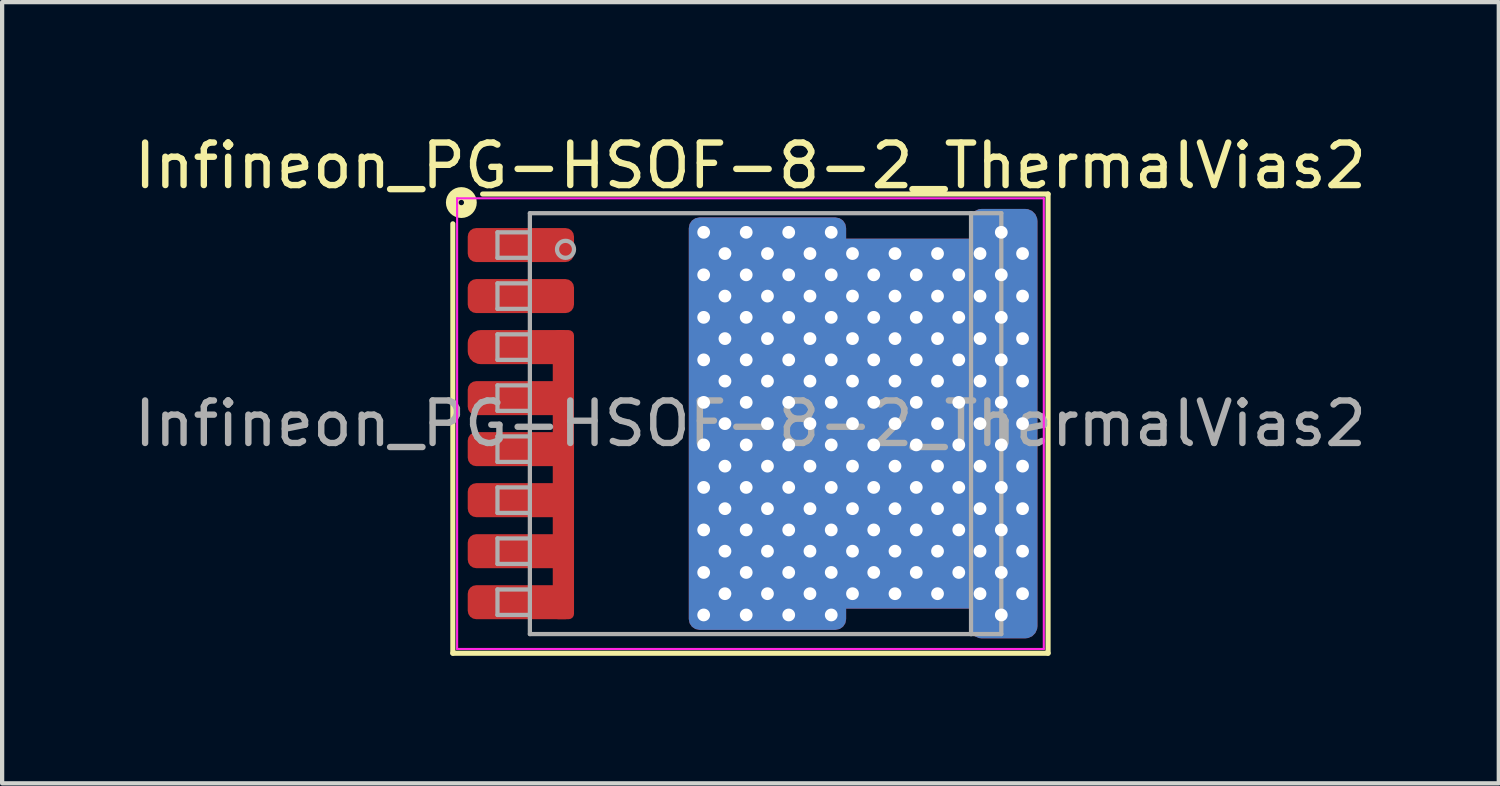
<source format=kicad_pcb>
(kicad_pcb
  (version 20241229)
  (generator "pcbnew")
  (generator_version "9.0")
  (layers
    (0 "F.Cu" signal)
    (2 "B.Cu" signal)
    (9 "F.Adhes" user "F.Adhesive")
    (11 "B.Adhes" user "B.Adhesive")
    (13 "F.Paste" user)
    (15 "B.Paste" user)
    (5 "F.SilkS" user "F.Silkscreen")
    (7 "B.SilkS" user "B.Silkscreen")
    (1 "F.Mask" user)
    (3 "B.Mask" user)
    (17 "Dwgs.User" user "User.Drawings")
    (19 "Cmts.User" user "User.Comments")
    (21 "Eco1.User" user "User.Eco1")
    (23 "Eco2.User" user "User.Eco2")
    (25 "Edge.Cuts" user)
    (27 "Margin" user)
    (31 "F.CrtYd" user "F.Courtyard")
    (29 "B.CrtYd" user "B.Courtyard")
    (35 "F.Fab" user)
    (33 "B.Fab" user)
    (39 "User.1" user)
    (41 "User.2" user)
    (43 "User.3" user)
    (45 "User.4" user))
  (footprint "Infineon_PG-HSOF-8-2_ThermalVias2"
    (layer "F.Cu")
    (at 14.601 6.914)
    (property "Reference" "Infineon_PG-HSOF-8-2_ThermalVias2" (at 0 -6.066 0) (layer "F.SilkS") (effects (font (size 1 1) (thickness 0.15))))
    (attr smd)
    (fp_line (start -7 -4.7) (end -7 5.4) (stroke (width 0.12) (type solid)) (layer "F.SilkS"))
    (fp_line (start -7 5.4) (end 7 5.4) (stroke (width 0.12) (type solid)) (layer "F.SilkS"))
    (fp_line (start 7 -5.4) (end -6.3 -5.4) (stroke (width 0.12) (type solid)) (layer "F.SilkS"))
    (fp_line (start 7 5.4) (end 7 -5.4) (stroke (width 0.12) (type solid)) (layer "F.SilkS"))
    (fp_circle (center -6.8 -5.2) (end -6.737 -5.2) (stroke (width 0.3) (type solid)) (fill no) (layer "F.SilkS"))
    (fp_line (start -6.9 5.3) (end -6.9 -5.3) (stroke (width 0.05) (type solid)) (layer "F.CrtYd"))
    (fp_line (start -6.9 5.3) (end 6.9 5.3) (stroke (width 0.05) (type solid)) (layer "F.CrtYd"))
    (fp_line (start 6.9 -5.3) (end -6.9 -5.3) (stroke (width 0.05) (type solid)) (layer "F.CrtYd"))
    (fp_line (start 6.9 -5.3) (end 6.9 5.3) (stroke (width 0.05) (type solid)) (layer "F.CrtYd"))
    (fp_line (start -5.95 -4.5) (end -5.95 -3.9) (stroke (width 0.1) (type solid)) (layer "F.Fab"))
    (fp_line (start -5.95 -4.5) (end -5.2 -4.5) (stroke (width 0.1) (type solid)) (layer "F.Fab"))
    (fp_line (start -5.95 -3.9) (end -5.2 -3.9) (stroke (width 0.1) (type solid)) (layer "F.Fab"))
    (fp_line (start -5.95 -3.3) (end -5.95 -2.7) (stroke (width 0.1) (type solid)) (layer "F.Fab"))
    (fp_line (start -5.95 -3.3) (end -5.2 -3.3) (stroke (width 0.1) (type solid)) (layer "F.Fab"))
    (fp_line (start -5.95 -2.7) (end -5.2 -2.7) (stroke (width 0.1) (type solid)) (layer "F.Fab"))
    (fp_line (start -5.95 -2.1) (end -5.95 -1.5) (stroke (width 0.1) (type solid)) (layer "F.Fab"))
    (fp_line (start -5.95 -2.1) (end -5.2 -2.1) (stroke (width 0.1) (type solid)) (layer "F.Fab"))
    (fp_line (start -5.95 -1.5) (end -5.2 -1.5) (stroke (width 0.1) (type solid)) (layer "F.Fab"))
    (fp_line (start -5.95 -0.9) (end -5.95 -0.3) (stroke (width 0.1) (type solid)) (layer "F.Fab"))
    (fp_line (start -5.95 -0.9) (end -5.2 -0.9) (stroke (width 0.1) (type solid)) (layer "F.Fab"))
    (fp_line (start -5.95 -0.3) (end -5.2 -0.3) (stroke (width 0.1) (type solid)) (layer "F.Fab"))
    (fp_line (start -5.95 0.3) (end -5.95 0.9) (stroke (width 0.1) (type solid)) (layer "F.Fab"))
    (fp_line (start -5.95 0.3) (end -5.2 0.3) (stroke (width 0.1) (type solid)) (layer "F.Fab"))
    (fp_line (start -5.95 0.9) (end -5.2 0.9) (stroke (width 0.1) (type solid)) (layer "F.Fab"))
    (fp_line (start -5.95 1.5) (end -5.95 2.1) (stroke (width 0.1) (type solid)) (layer "F.Fab"))
    (fp_line (start -5.95 1.5) (end -5.2 1.5) (stroke (width 0.1) (type solid)) (layer "F.Fab"))
    (fp_line (start -5.95 2.1) (end -5.2 2.1) (stroke (width 0.1) (type solid)) (layer "F.Fab"))
    (fp_line (start -5.95 2.7) (end -5.95 3.3) (stroke (width 0.1) (type solid)) (layer "F.Fab"))
    (fp_line (start -5.95 2.7) (end -5.2 2.7) (stroke (width 0.1) (type solid)) (layer "F.Fab"))
    (fp_line (start -5.95 3.3) (end -5.2 3.3) (stroke (width 0.1) (type solid)) (layer "F.Fab"))
    (fp_line (start -5.95 3.9) (end -5.95 4.5) (stroke (width 0.1) (type solid)) (layer "F.Fab"))
    (fp_line (start -5.95 3.9) (end -5.2 3.9) (stroke (width 0.1) (type solid)) (layer "F.Fab"))
    (fp_line (start -5.95 4.5) (end -5.2 4.5) (stroke (width 0.1) (type solid)) (layer "F.Fab"))
    (fp_line (start -5.188 -4.95) (end 5.188 -4.95) (stroke (width 0.1) (type solid)) (layer "F.Fab"))
    (fp_line (start -5.188 4.95) (end -5.188 -4.95) (stroke (width 0.1) (type solid)) (layer "F.Fab"))
    (fp_line (start 5.188 -4.95) (end 5.188 4.95) (stroke (width 0.1) (type solid)) (layer "F.Fab"))
    (fp_line (start 5.188 -4.95) (end 5.9 -4.95) (stroke (width 0.1) (type solid)) (layer "F.Fab"))
    (fp_line (start 5.188 4.95) (end -5.188 4.95) (stroke (width 0.1) (type solid)) (layer "F.Fab"))
    (fp_line (start 5.9 -4.95) (end 5.9 4.95) (stroke (width 0.1) (type solid)) (layer "F.Fab"))
    (fp_line (start 5.9 4.95) (end 5.188 4.95) (stroke (width 0.1) (type solid)) (layer "F.Fab"))
    (fp_circle (center -4.35 -4.1) (end -4.15 -4.1) (stroke (width 0.1) (type solid)) (fill no) (layer "F.Fab"))
    (fp_text user "${REFERENCE}" (at 0 0 0) (layer "F.Fab") (effects (font (size 1 1) (thickness 0.15))))
    (pad "" smd roundrect (at -0.5 -3.8 90) (size 1.9 1.5) (layers "F.Paste") (roundrect_rratio 0.25))
    (pad "" smd roundrect (at -0.5 -1.8 90) (size 1.5 1.5) (layers "F.Paste") (roundrect_rratio 0.25))
    (pad "" smd roundrect (at -0.5 0 90) (size 1.5 1.5) (layers "F.Paste") (roundrect_rratio 0.25))
    (pad "" smd roundrect (at -0.5 1.8 90) (size 1.5 1.5) (layers "F.Paste") (roundrect_rratio 0.25))
    (pad "" smd roundrect (at -0.5 3.8 90) (size 1.9 1.5) (layers "F.Paste") (roundrect_rratio 0.25))
    (pad "" smd circle (at 1.05 1.8) (size 1 1) (layers "F.Paste"))
    (pad "" smd roundrect (at 1.3 -3.8 90) (size 1.9 1.5) (layers "F.Paste") (roundrect_rratio 0.25))
    (pad "" smd roundrect (at 1.3 -1.8 90) (size 1.5 1.5) (layers "F.Paste") (roundrect_rratio 0.25))
    (pad "" smd roundrect (at 1.3 0 90) (size 1.5 1.5) (layers "F.Paste") (roundrect_rratio 0.25))
    (pad "" smd roundrect (at 1.3 1.8 90) (size 1.5 1.5) (layers "F.Paste") (roundrect_rratio 0.25))
    (pad "" smd roundrect (at 1.3 3.8 90) (size 1.9 1.5) (layers "F.Paste") (roundrect_rratio 0.25))
    (pad "" smd roundrect (at 3.3 -3.5 90) (size 1.3 1.9) (layers "F.Paste") (roundrect_rratio 0.25))
    (pad "" smd roundrect (at 3.3 -1.8 90) (size 1.5 1.9) (layers "F.Paste") (roundrect_rratio 0.25))
    (pad "" smd roundrect (at 3.3 0 90) (size 1.5 1.9) (layers "F.Paste") (roundrect_rratio 0.25))
    (pad "" smd roundrect (at 3.3 1.8 90) (size 1.5 1.9) (layers "F.Paste") (roundrect_rratio 0.25))
    (pad "" smd roundrect (at 3.3 3.5 90) (size 1.3 1.9) (layers "F.Paste") (roundrect_rratio 0.25))
    (pad "" smd roundrect (at 5.5 -3.5 90) (size 1.3 1.9) (layers "F.Paste") (roundrect_rratio 0.25))
    (pad "" smd roundrect (at 5.5 -1.8 90) (size 1.5 1.9) (layers "F.Paste") (roundrect_rratio 0.25))
    (pad "" smd roundrect (at 5.5 0 90) (size 1.5 1.9) (layers "F.Paste") (roundrect_rratio 0.25))
    (pad "" smd roundrect (at 5.5 1.8 90) (size 1.5 1.9) (layers "F.Paste") (roundrect_rratio 0.25))
    (pad "" smd roundrect (at 5.5 3.5 90) (size 1.3 1.9) (layers "F.Paste") (roundrect_rratio 0.25))
    (pad "" smd roundrect (at 5.95 -4.6 90) (size 0.5 1.1) (layers "F.Paste") (roundrect_rratio 0.25))
    (pad "" smd roundrect (at 5.95 4.6 90) (size 0.5 1.1) (layers "F.Paste") (roundrect_rratio 0.25))
    (pad "1" smd roundrect (at -5.4 -4.2) (size 2.5 0.8) (layers "F.Cu" "F.Mask" "F.Paste") (roundrect_rratio 0.25))
    (pad "2" smd roundrect (at -5.4 -3) (size 2.5 0.8) (layers "F.Cu" "F.Mask" "F.Paste") (roundrect_rratio 0.25))
    (pad "3" smd roundrect (at -5.4 -1.8) (size 2.5 0.8) (layers "F.Cu" "F.Mask" "F.Paste") (roundrect_rratio 0.375))
    (pad "3" smd roundrect (at -5.4 -0.6) (size 2.5 0.8) (layers "F.Cu" "F.Mask" "F.Paste") (roundrect_rratio 0.25))
    (pad "3" smd roundrect (at -5.4 0.6) (size 2.5 0.8) (layers "F.Cu" "F.Mask" "F.Paste") (roundrect_rratio 0.25))
    (pad "3" smd roundrect (at -5.4 1.8) (size 2.5 0.8) (layers "F.Cu" "F.Mask" "F.Paste") (roundrect_rratio 0.25))
    (pad "3" smd roundrect (at -5.4 3) (size 2.5 0.8) (layers "F.Cu" "F.Mask" "F.Paste") (roundrect_rratio 0.25))
    (pad "3" smd roundrect (at -5.4 4.2) (size 2.5 0.8) (layers "F.Cu" "F.Mask" "F.Paste") (roundrect_rratio 0.25))
    (pad "3" smd roundrect (at -4.4 1.2 90) (size 6.8 0.5) (layers "F.Cu" "F.Mask") (roundrect_rratio 0.25))
    (pad "4" thru_hole circle (at -1.1 -4.5) (size 0.6 0.6) (drill 0.3) (property pad_prop_heatsink) (layers "*.Cu"))
    (pad "4" thru_hole circle (at -1.1 -3.5) (size 0.6 0.6) (drill 0.3) (property pad_prop_heatsink) (layers "*.Cu"))
    (pad "4" thru_hole circle (at -1.1 -2.5) (size 0.6 0.6) (drill 0.3) (property pad_prop_heatsink) (layers "*.Cu"))
    (pad "4" thru_hole circle (at -1.1 -1.5) (size 0.6 0.6) (drill 0.3) (property pad_prop_heatsink) (layers "*.Cu"))
    (pad "4" thru_hole circle (at -1.1 -0.5) (size 0.6 0.6) (drill 0.3) (property pad_prop_heatsink) (layers "*.Cu"))
    (pad "4" thru_hole circle (at -1.1 0.5) (size 0.6 0.6) (drill 0.3) (property pad_prop_heatsink) (layers "*.Cu"))
    (pad "4" thru_hole circle (at -1.1 1.5) (size 0.6 0.6) (drill 0.3) (property pad_prop_heatsink) (layers "*.Cu"))
    (pad "4" thru_hole circle (at -1.1 2.5) (size 0.6 0.6) (drill 0.3) (property pad_prop_heatsink) (layers "*.Cu"))
    (pad "4" thru_hole circle (at -1.1 3.5) (size 0.6 0.6) (drill 0.3) (property pad_prop_heatsink) (layers "*.Cu"))
    (pad "4" thru_hole circle (at -1.1 4.5) (size 0.6 0.6) (drill 0.3) (property pad_prop_heatsink) (layers "*.Cu"))
    (pad "4" thru_hole circle (at -0.6 -4) (size 0.6 0.6) (drill 0.3) (property pad_prop_heatsink) (layers "*.Cu"))
    (pad "4" thru_hole circle (at -0.6 -3) (size 0.6 0.6) (drill 0.3) (property pad_prop_heatsink) (layers "*.Cu"))
    (pad "4" thru_hole circle (at -0.6 -2) (size 0.6 0.6) (drill 0.3) (property pad_prop_heatsink) (layers "*.Cu"))
    (pad "4" thru_hole circle (at -0.6 -1) (size 0.6 0.6) (drill 0.3) (property pad_prop_heatsink) (layers "*.Cu"))
    (pad "4" thru_hole circle (at -0.6 0) (size 0.6 0.6) (drill 0.3) (property pad_prop_heatsink) (layers "*.Cu"))
    (pad "4" thru_hole circle (at -0.6 1) (size 0.6 0.6) (drill 0.3) (property pad_prop_heatsink) (layers "*.Cu"))
    (pad "4" thru_hole circle (at -0.6 2) (size 0.6 0.6) (drill 0.3) (property pad_prop_heatsink) (layers "*.Cu"))
    (pad "4" thru_hole circle (at -0.6 3) (size 0.6 0.6) (drill 0.3) (property pad_prop_heatsink) (layers "*.Cu"))
    (pad "4" thru_hole circle (at -0.6 4) (size 0.6 0.6) (drill 0.3) (property pad_prop_heatsink) (layers "*.Cu"))
    (pad "4" thru_hole circle (at -0.1 -4.5) (size 0.6 0.6) (drill 0.3) (property pad_prop_heatsink) (layers "*.Cu"))
    (pad "4" thru_hole circle (at -0.1 -3.5) (size 0.6 0.6) (drill 0.3) (property pad_prop_heatsink) (layers "*.Cu"))
    (pad "4" thru_hole circle (at -0.1 -2.5) (size 0.6 0.6) (drill 0.3) (property pad_prop_heatsink) (layers "*.Cu"))
    (pad "4" thru_hole circle (at -0.1 -1.5) (size 0.6 0.6) (drill 0.3) (property pad_prop_heatsink) (layers "*.Cu"))
    (pad "4" thru_hole circle (at -0.1 -0.5) (size 0.6 0.6) (drill 0.3) (property pad_prop_heatsink) (layers "*.Cu"))
    (pad "4" thru_hole circle (at -0.1 0.5) (size 0.6 0.6) (drill 0.3) (property pad_prop_heatsink) (layers "*.Cu"))
    (pad "4" thru_hole circle (at -0.1 1.5) (size 0.6 0.6) (drill 0.3) (property pad_prop_heatsink) (layers "*.Cu"))
    (pad "4" thru_hole circle (at -0.1 2.5) (size 0.6 0.6) (drill 0.3) (property pad_prop_heatsink) (layers "*.Cu"))
    (pad "4" thru_hole circle (at -0.1 3.5) (size 0.6 0.6) (drill 0.3) (property pad_prop_heatsink) (layers "*.Cu"))
    (pad "4" thru_hole circle (at -0.1 4.5) (size 0.6 0.6) (drill 0.3) (property pad_prop_heatsink) (layers "*.Cu"))
    (pad "4" thru_hole circle (at 0.4 -4) (size 0.6 0.6) (drill 0.3) (property pad_prop_heatsink) (layers "*.Cu"))
    (pad "4" thru_hole circle (at 0.4 -3) (size 0.6 0.6) (drill 0.3) (property pad_prop_heatsink) (layers "*.Cu"))
    (pad "4" thru_hole circle (at 0.4 -2) (size 0.6 0.6) (drill 0.3) (property pad_prop_heatsink) (layers "*.Cu"))
    (pad "4" thru_hole circle (at 0.4 -1) (size 0.6 0.6) (drill 0.3) (property pad_prop_heatsink) (layers "*.Cu"))
    (pad "4" thru_hole circle (at 0.4 0) (size 0.6 0.6) (drill 0.3) (property pad_prop_heatsink) (layers "*.Cu"))
    (pad "4" smd roundrect (at 0.4 0 90) (size 9.7 3.7) (layers "F.Cu" "F.Mask") (roundrect_rratio 0.068))
    (pad "4" smd roundrect (at 0.4 0 270) (size 9.7 3.7) (layers "B.Cu" "B.Mask") (roundrect_rratio 0.068))
    (pad "4" thru_hole circle (at 0.4 1) (size 0.6 0.6) (drill 0.3) (property pad_prop_heatsink) (layers "*.Cu"))
    (pad "4" thru_hole circle (at 0.4 2) (size 0.6 0.6) (drill 0.3) (property pad_prop_heatsink) (layers "*.Cu"))
    (pad "4" thru_hole circle (at 0.4 3) (size 0.6 0.6) (drill 0.3) (property pad_prop_heatsink) (layers "*.Cu"))
    (pad "4" thru_hole circle (at 0.4 4) (size 0.6 0.6) (drill 0.3) (property pad_prop_heatsink) (layers "*.Cu"))
    (pad "4" thru_hole circle (at 0.9 -4.5) (size 0.6 0.6) (drill 0.3) (property pad_prop_heatsink) (layers "*.Cu"))
    (pad "4" thru_hole circle (at 0.9 -3.5) (size 0.6 0.6) (drill 0.3) (property pad_prop_heatsink) (layers "*.Cu"))
    (pad "4" thru_hole circle (at 0.9 -2.5) (size 0.6 0.6) (drill 0.3) (property pad_prop_heatsink) (layers "*.Cu"))
    (pad "4" thru_hole circle (at 0.9 -1.5) (size 0.6 0.6) (drill 0.3) (property pad_prop_heatsink) (layers "*.Cu"))
    (pad "4" thru_hole circle (at 0.9 -0.5) (size 0.6 0.6) (drill 0.3) (property pad_prop_heatsink) (layers "*.Cu"))
    (pad "4" thru_hole circle (at 0.9 0.5) (size 0.6 0.6) (drill 0.3) (property pad_prop_heatsink) (layers "*.Cu"))
    (pad "4" thru_hole circle (at 0.9 1.5) (size 0.6 0.6) (drill 0.3) (property pad_prop_heatsink) (layers "*.Cu"))
    (pad "4" thru_hole circle (at 0.9 2.5) (size 0.6 0.6) (drill 0.3) (property pad_prop_heatsink) (layers "*.Cu"))
    (pad "4" thru_hole circle (at 0.9 3.5) (size 0.6 0.6) (drill 0.3) (property pad_prop_heatsink) (layers "*.Cu"))
    (pad "4" thru_hole circle (at 0.9 4.5) (size 0.6 0.6) (drill 0.3) (property pad_prop_heatsink) (layers "*.Cu"))
    (pad "4" thru_hole circle (at 1.4 -4) (size 0.6 0.6) (drill 0.3) (property pad_prop_heatsink) (layers "*.Cu"))
    (pad "4" thru_hole circle (at 1.4 -3) (size 0.6 0.6) (drill 0.3) (property pad_prop_heatsink) (layers "*.Cu"))
    (pad "4" thru_hole circle (at 1.4 -2) (size 0.6 0.6) (drill 0.3) (property pad_prop_heatsink) (layers "*.Cu"))
    (pad "4" thru_hole circle (at 1.4 -1) (size 0.6 0.6) (drill 0.3) (property pad_prop_heatsink) (layers "*.Cu"))
    (pad "4" thru_hole circle (at 1.4 0) (size 0.6 0.6) (drill 0.3) (property pad_prop_heatsink) (layers "*.Cu"))
    (pad "4" thru_hole circle (at 1.4 1) (size 0.6 0.6) (drill 0.3) (property pad_prop_heatsink) (layers "*.Cu"))
    (pad "4" thru_hole circle (at 1.4 2) (size 0.6 0.6) (drill 0.3) (property pad_prop_heatsink) (layers "*.Cu"))
    (pad "4" thru_hole circle (at 1.4 3) (size 0.6 0.6) (drill 0.3) (property pad_prop_heatsink) (layers "*.Cu"))
    (pad "4" thru_hole circle (at 1.4 4) (size 0.6 0.6) (drill 0.3) (property pad_prop_heatsink) (layers "*.Cu"))
    (pad "4" thru_hole circle (at 1.9 -4.5) (size 0.6 0.6) (drill 0.3) (property pad_prop_heatsink) (layers "*.Cu"))
    (pad "4" thru_hole circle (at 1.9 -3.5) (size 0.6 0.6) (drill 0.3) (property pad_prop_heatsink) (layers "*.Cu"))
    (pad "4" thru_hole circle (at 1.9 -2.5) (size 0.6 0.6) (drill 0.3) (property pad_prop_heatsink) (layers "*.Cu"))
    (pad "4" thru_hole circle (at 1.9 -1.5) (size 0.6 0.6) (drill 0.3) (property pad_prop_heatsink) (layers "*.Cu"))
    (pad "4" thru_hole circle (at 1.9 -0.5) (size 0.6 0.6) (drill 0.3) (property pad_prop_heatsink) (layers "*.Cu"))
    (pad "4" thru_hole circle (at 1.9 0.5) (size 0.6 0.6) (drill 0.3) (property pad_prop_heatsink) (layers "*.Cu"))
    (pad "4" thru_hole circle (at 1.9 1.5) (size 0.6 0.6) (drill 0.3) (property pad_prop_heatsink) (layers "*.Cu"))
    (pad "4" thru_hole circle (at 1.9 2.5) (size 0.6 0.6) (drill 0.3) (property pad_prop_heatsink) (layers "*.Cu"))
    (pad "4" thru_hole circle (at 1.9 3.5) (size 0.6 0.6) (drill 0.3) (property pad_prop_heatsink) (layers "*.Cu"))
    (pad "4" thru_hole circle (at 1.9 4.5) (size 0.6 0.6) (drill 0.3) (property pad_prop_heatsink) (layers "*.Cu"))
    (pad "4" thru_hole circle (at 2.4 -4) (size 0.6 0.6) (drill 0.3) (property pad_prop_heatsink) (layers "*.Cu"))
    (pad "4" thru_hole circle (at 2.4 -3) (size 0.6 0.6) (drill 0.3) (property pad_prop_heatsink) (layers "*.Cu"))
    (pad "4" thru_hole circle (at 2.4 -2) (size 0.6 0.6) (drill 0.3) (property pad_prop_heatsink) (layers "*.Cu"))
    (pad "4" thru_hole circle (at 2.4 -1) (size 0.6 0.6) (drill 0.3) (property pad_prop_heatsink) (layers "*.Cu"))
    (pad "4" thru_hole circle (at 2.4 0) (size 0.6 0.6) (drill 0.3) (property pad_prop_heatsink) (layers "*.Cu"))
    (pad "4" thru_hole circle (at 2.4 1) (size 0.6 0.6) (drill 0.3) (property pad_prop_heatsink) (layers "*.Cu"))
    (pad "4" thru_hole circle (at 2.4 2) (size 0.6 0.6) (drill 0.3) (property pad_prop_heatsink) (layers "*.Cu"))
    (pad "4" thru_hole circle (at 2.4 3) (size 0.6 0.6) (drill 0.3) (property pad_prop_heatsink) (layers "*.Cu"))
    (pad "4" thru_hole circle (at 2.4 4) (size 0.6 0.6) (drill 0.3) (property pad_prop_heatsink) (layers "*.Cu"))
    (pad "4" thru_hole circle (at 2.9 -3.5) (size 0.6 0.6) (drill 0.3) (property pad_prop_heatsink) (layers "*.Cu"))
    (pad "4" thru_hole circle (at 2.9 -2.5) (size 0.6 0.6) (drill 0.3) (property pad_prop_heatsink) (layers "*.Cu"))
    (pad "4" thru_hole circle (at 2.9 -1.5) (size 0.6 0.6) (drill 0.3) (property pad_prop_heatsink) (layers "*.Cu"))
    (pad "4" thru_hole circle (at 2.9 -0.5) (size 0.6 0.6) (drill 0.3) (property pad_prop_heatsink) (layers "*.Cu"))
    (pad "4" thru_hole circle (at 2.9 0.5) (size 0.6 0.6) (drill 0.3) (property pad_prop_heatsink) (layers "*.Cu"))
    (pad "4" thru_hole circle (at 2.9 1.5) (size 0.6 0.6) (drill 0.3) (property pad_prop_heatsink) (layers "*.Cu"))
    (pad "4" thru_hole circle (at 2.9 2.5) (size 0.6 0.6) (drill 0.3) (property pad_prop_heatsink) (layers "*.Cu"))
    (pad "4" thru_hole circle (at 2.9 3.5) (size 0.6 0.6) (drill 0.3) (property pad_prop_heatsink) (layers "*.Cu"))
    (pad "4" thru_hole circle (at 3.4 -4) (size 0.6 0.6) (drill 0.3) (property pad_prop_heatsink) (layers "*.Cu"))
    (pad "4" thru_hole circle (at 3.4 -3) (size 0.6 0.6) (drill 0.3) (property pad_prop_heatsink) (layers "*.Cu"))
    (pad "4" thru_hole circle (at 3.4 -2) (size 0.6 0.6) (drill 0.3) (property pad_prop_heatsink) (layers "*.Cu"))
    (pad "4" thru_hole circle (at 3.4 -1) (size 0.6 0.6) (drill 0.3) (property pad_prop_heatsink) (layers "*.Cu"))
    (pad "4" thru_hole circle (at 3.4 0) (size 0.6 0.6) (drill 0.3) (property pad_prop_heatsink) (layers "*.Cu"))
    (pad "4" thru_hole circle (at 3.4 1) (size 0.6 0.6) (drill 0.3) (property pad_prop_heatsink) (layers "*.Cu"))
    (pad "4" thru_hole circle (at 3.4 2) (size 0.6 0.6) (drill 0.3) (property pad_prop_heatsink) (layers "*.Cu"))
    (pad "4" thru_hole circle (at 3.4 3) (size 0.6 0.6) (drill 0.3) (property pad_prop_heatsink) (layers "*.Cu"))
    (pad "4" thru_hole circle (at 3.4 4) (size 0.6 0.6) (drill 0.3) (property pad_prop_heatsink) (layers "*.Cu"))
    (pad "4" smd roundrect (at 3.7 0 90) (size 8.7 4) (layers "F.Cu" "F.Mask") (roundrect_rratio 0.05))
    (pad "4" smd roundrect (at 3.7 0 270) (size 8.7 4) (layers "B.Cu" "B.Mask") (roundrect_rratio 0.05))
    (pad "4" thru_hole circle (at 3.9 -3.5) (size 0.6 0.6) (drill 0.3) (property pad_prop_heatsink) (layers "*.Cu"))
    (pad "4" thru_hole circle (at 3.9 -2.5) (size 0.6 0.6) (drill 0.3) (property pad_prop_heatsink) (layers "*.Cu"))
    (pad "4" thru_hole circle (at 3.9 -1.5) (size 0.6 0.6) (drill 0.3) (property pad_prop_heatsink) (layers "*.Cu"))
    (pad "4" thru_hole circle (at 3.9 -0.5) (size 0.6 0.6) (drill 0.3) (property pad_prop_heatsink) (layers "*.Cu"))
    (pad "4" thru_hole circle (at 3.9 0.5) (size 0.6 0.6) (drill 0.3) (property pad_prop_heatsink) (layers "*.Cu"))
    (pad "4" thru_hole circle (at 3.9 1.5) (size 0.6 0.6) (drill 0.3) (property pad_prop_heatsink) (layers "*.Cu"))
    (pad "4" thru_hole circle (at 3.9 2.5) (size 0.6 0.6) (drill 0.3) (property pad_prop_heatsink) (layers "*.Cu"))
    (pad "4" thru_hole circle (at 3.9 3.5) (size 0.6 0.6) (drill 0.3) (property pad_prop_heatsink) (layers "*.Cu"))
    (pad "4" thru_hole circle (at 4.4 -4) (size 0.6 0.6) (drill 0.3) (property pad_prop_heatsink) (layers "*.Cu"))
    (pad "4" thru_hole circle (at 4.4 -3) (size 0.6 0.6) (drill 0.3) (property pad_prop_heatsink) (layers "*.Cu"))
    (pad "4" thru_hole circle (at 4.4 -2) (size 0.6 0.6) (drill 0.3) (property pad_prop_heatsink) (layers "*.Cu"))
    (pad "4" thru_hole circle (at 4.4 -1) (size 0.6 0.6) (drill 0.3) (property pad_prop_heatsink) (layers "*.Cu"))
    (pad "4" thru_hole circle (at 4.4 0) (size 0.6 0.6) (drill 0.3) (property pad_prop_heatsink) (layers "*.Cu"))
    (pad "4" thru_hole circle (at 4.4 1) (size 0.6 0.6) (drill 0.3) (property pad_prop_heatsink) (layers "*.Cu"))
    (pad "4" thru_hole circle (at 4.4 2) (size 0.6 0.6) (drill 0.3) (property pad_prop_heatsink) (layers "*.Cu"))
    (pad "4" thru_hole circle (at 4.4 3) (size 0.6 0.6) (drill 0.3) (property pad_prop_heatsink) (layers "*.Cu"))
    (pad "4" thru_hole circle (at 4.4 4) (size 0.6 0.6) (drill 0.3) (property pad_prop_heatsink) (layers "*.Cu"))
    (pad "4" thru_hole circle (at 4.9 -3.5) (size 0.6 0.6) (drill 0.3) (property pad_prop_heatsink) (layers "*.Cu"))
    (pad "4" thru_hole circle (at 4.9 -2.5) (size 0.6 0.6) (drill 0.3) (property pad_prop_heatsink) (layers "*.Cu"))
    (pad "4" thru_hole circle (at 4.9 -1.5) (size 0.6 0.6) (drill 0.3) (property pad_prop_heatsink) (layers "*.Cu"))
    (pad "4" thru_hole circle (at 4.9 -0.5) (size 0.6 0.6) (drill 0.3) (property pad_prop_heatsink) (layers "*.Cu"))
    (pad "4" thru_hole circle (at 4.9 0.5) (size 0.6 0.6) (drill 0.3) (property pad_prop_heatsink) (layers "*.Cu"))
    (pad "4" thru_hole circle (at 4.9 1.5) (size 0.6 0.6) (drill 0.3) (property pad_prop_heatsink) (layers "*.Cu"))
    (pad "4" thru_hole circle (at 4.9 2.5) (size 0.6 0.6) (drill 0.3) (property pad_prop_heatsink) (layers "*.Cu"))
    (pad "4" thru_hole circle (at 4.9 3.5) (size 0.6 0.6) (drill 0.3) (property pad_prop_heatsink) (layers "*.Cu"))
    (pad "4" thru_hole circle (at 5.4 -4) (size 0.6 0.6) (drill 0.3) (property pad_prop_heatsink) (layers "*.Cu"))
    (pad "4" thru_hole circle (at 5.4 -3) (size 0.6 0.6) (drill 0.3) (property pad_prop_heatsink) (layers "*.Cu"))
    (pad "4" thru_hole circle (at 5.4 -2) (size 0.6 0.6) (drill 0.3) (property pad_prop_heatsink) (layers "*.Cu"))
    (pad "4" thru_hole circle (at 5.4 -1) (size 0.6 0.6) (drill 0.3) (property pad_prop_heatsink) (layers "*.Cu"))
    (pad "4" thru_hole circle (at 5.4 0) (size 0.6 0.6) (drill 0.3) (property pad_prop_heatsink) (layers "*.Cu"))
    (pad "4" thru_hole circle (at 5.4 1) (size 0.6 0.6) (drill 0.3) (property pad_prop_heatsink) (layers "*.Cu"))
    (pad "4" thru_hole circle (at 5.4 2) (size 0.6 0.6) (drill 0.3) (property pad_prop_heatsink) (layers "*.Cu"))
    (pad "4" thru_hole circle (at 5.4 3) (size 0.6 0.6) (drill 0.3) (property pad_prop_heatsink) (layers "*.Cu"))
    (pad "4" thru_hole circle (at 5.4 4) (size 0.6 0.6) (drill 0.3) (property pad_prop_heatsink) (layers "*.Cu"))
    (pad "4" thru_hole circle (at 5.9 -4.5) (size 0.6 0.6) (drill 0.3) (property pad_prop_heatsink) (layers "*.Cu"))
    (pad "4" thru_hole circle (at 5.9 -3.5) (size 0.6 0.6) (drill 0.3) (property pad_prop_heatsink) (layers "*.Cu"))
    (pad "4" thru_hole circle (at 5.9 -2.5) (size 0.6 0.6) (drill 0.3) (property pad_prop_heatsink) (layers "*.Cu"))
    (pad "4" thru_hole circle (at 5.9 -1.5) (size 0.6 0.6) (drill 0.3) (property pad_prop_heatsink) (layers "*.Cu"))
    (pad "4" thru_hole circle (at 5.9 -0.5) (size 0.6 0.6) (drill 0.3) (property pad_prop_heatsink) (layers "*.Cu"))
    (pad "4" thru_hole circle (at 5.9 0.5) (size 0.6 0.6) (drill 0.3) (property pad_prop_heatsink) (layers "*.Cu"))
    (pad "4" thru_hole circle (at 5.9 1.5) (size 0.6 0.6) (drill 0.3) (property pad_prop_heatsink) (layers "*.Cu"))
    (pad "4" thru_hole circle (at 5.9 2.5) (size 0.6 0.6) (drill 0.3) (property pad_prop_heatsink) (layers "*.Cu"))
    (pad "4" thru_hole circle (at 5.9 3.5) (size 0.6 0.6) (drill 0.3) (property pad_prop_heatsink) (layers "*.Cu"))
    (pad "4" thru_hole circle (at 5.9 4.5) (size 0.6 0.6) (drill 0.3) (property pad_prop_heatsink) (layers "*.Cu"))
    (pad "4" smd roundrect (at 5.95 0 90) (size 10.1 1.6) (layers "F.Cu" "F.Mask") (roundrect_rratio 0.179))
    (pad "4" smd roundrect (at 5.95 0 270) (size 10.1 1.6) (layers "B.Cu" "B.Mask") (roundrect_rratio 0.179))
    (pad "4" thru_hole circle (at 6.4 -4) (size 0.6 0.6) (drill 0.3) (property pad_prop_heatsink) (layers "*.Cu"))
    (pad "4" thru_hole circle (at 6.4 -3) (size 0.6 0.6) (drill 0.3) (property pad_prop_heatsink) (layers "*.Cu"))
    (pad "4" thru_hole circle (at 6.4 -2) (size 0.6 0.6) (drill 0.3) (property pad_prop_heatsink) (layers "*.Cu"))
    (pad "4" thru_hole circle (at 6.4 -1) (size 0.6 0.6) (drill 0.3) (property pad_prop_heatsink) (layers "*.Cu"))
    (pad "4" thru_hole circle (at 6.4 0) (size 0.6 0.6) (drill 0.3) (property pad_prop_heatsink) (layers "*.Cu"))
    (pad "4" thru_hole circle (at 6.4 1) (size 0.6 0.6) (drill 0.3) (property pad_prop_heatsink) (layers "*.Cu"))
    (pad "4" thru_hole circle (at 6.4 2) (size 0.6 0.6) (drill 0.3) (property pad_prop_heatsink) (layers "*.Cu"))
    (pad "4" thru_hole circle (at 6.4 3) (size 0.6 0.6) (drill 0.3) (property pad_prop_heatsink) (layers "*.Cu"))
    (pad "4" thru_hole circle (at 6.4 4) (size 0.6 0.6) (drill 0.3) (property pad_prop_heatsink) (layers "*.Cu")))
  (gr_rect
    (start -3 -3)
    (end 32.202 15.374)
    (stroke (width 0.1) (type default))
    (fill no)
    (layer "Edge.Cuts")))
</source>
